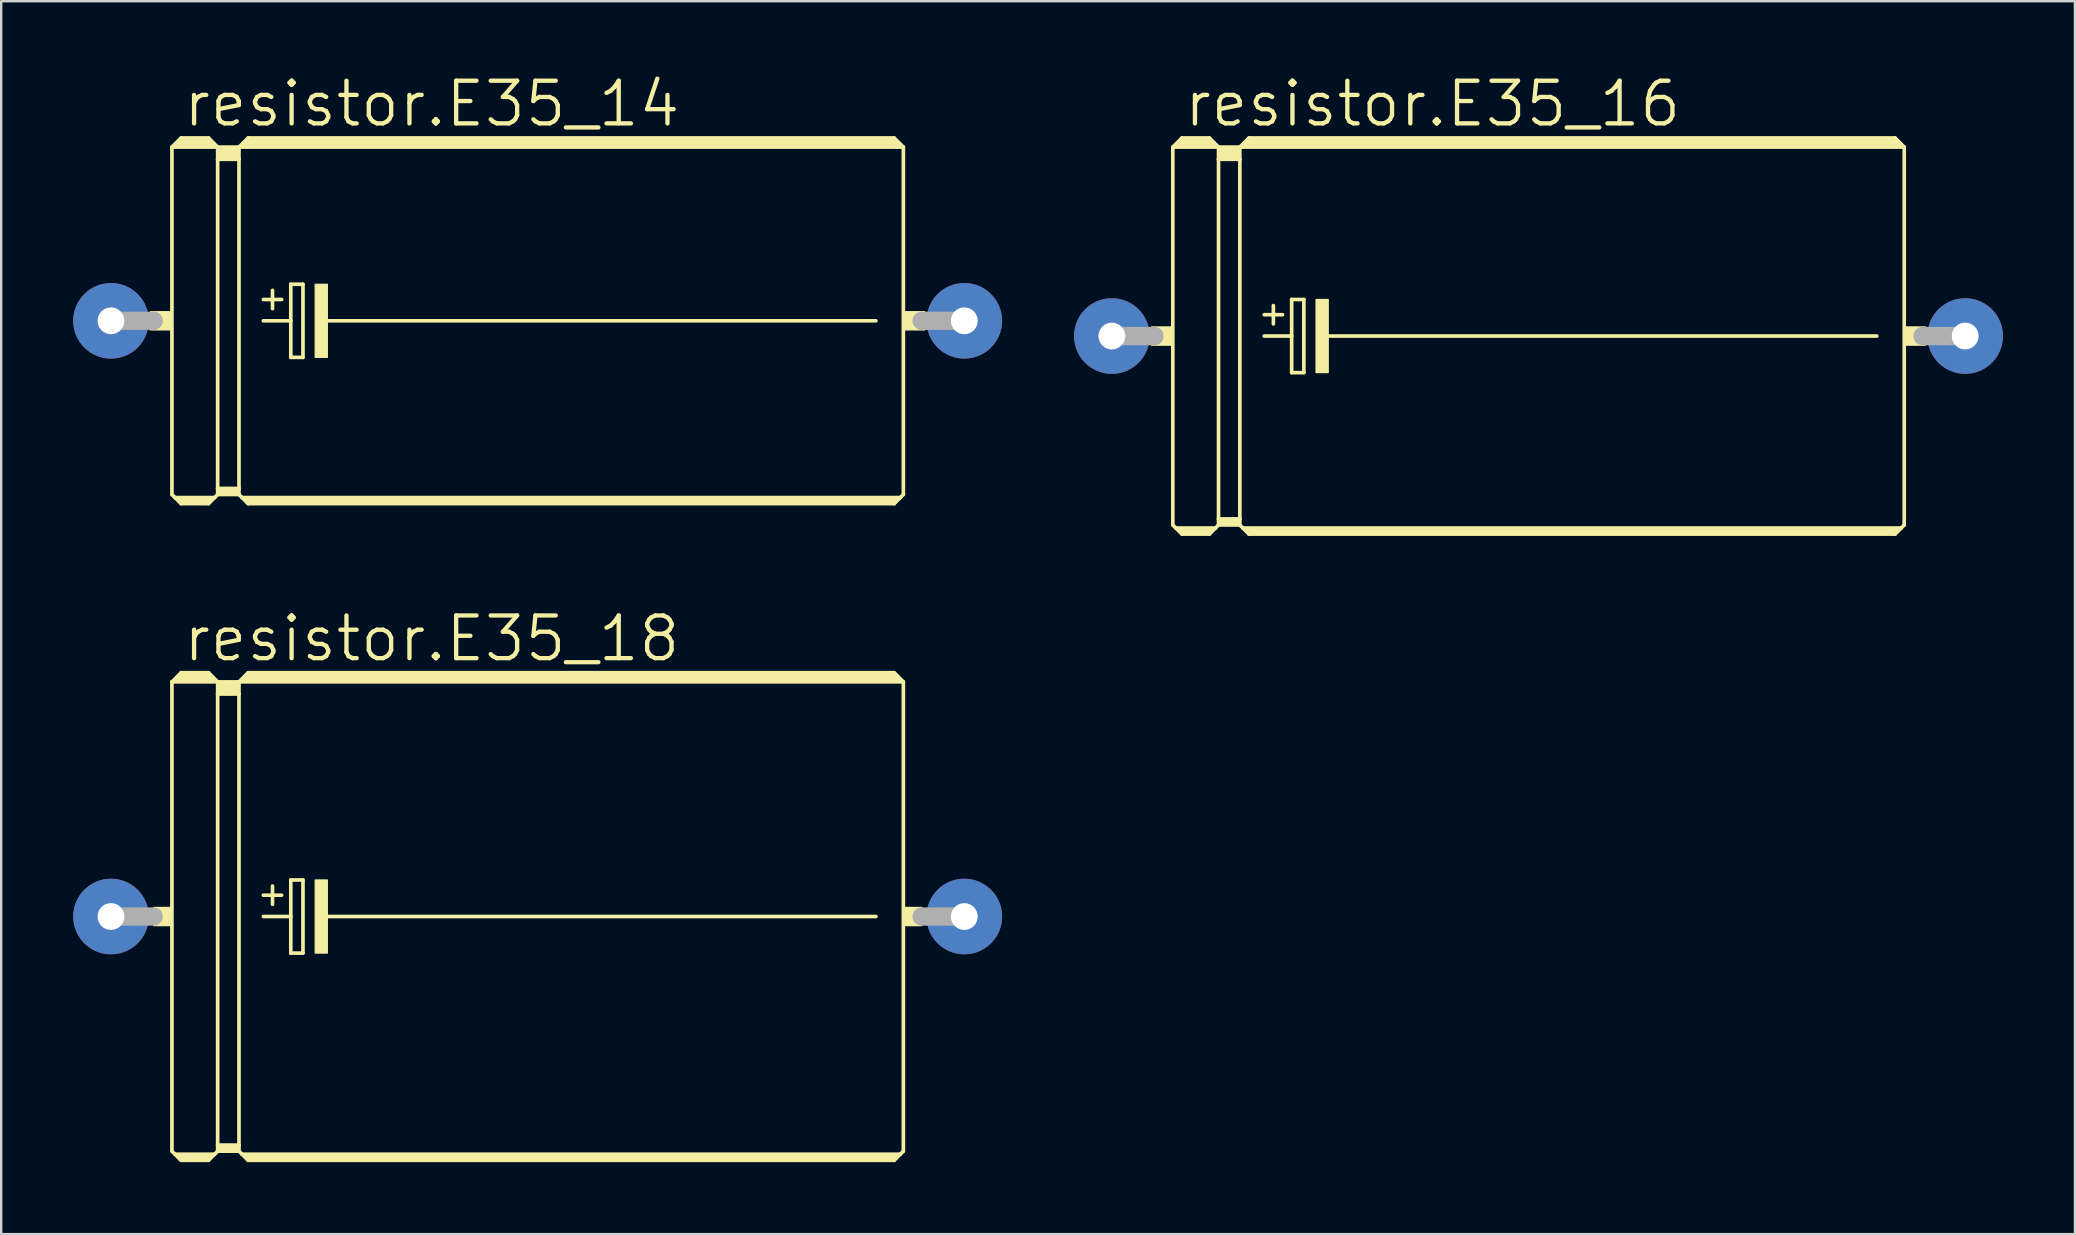
<source format=kicad_pcb>
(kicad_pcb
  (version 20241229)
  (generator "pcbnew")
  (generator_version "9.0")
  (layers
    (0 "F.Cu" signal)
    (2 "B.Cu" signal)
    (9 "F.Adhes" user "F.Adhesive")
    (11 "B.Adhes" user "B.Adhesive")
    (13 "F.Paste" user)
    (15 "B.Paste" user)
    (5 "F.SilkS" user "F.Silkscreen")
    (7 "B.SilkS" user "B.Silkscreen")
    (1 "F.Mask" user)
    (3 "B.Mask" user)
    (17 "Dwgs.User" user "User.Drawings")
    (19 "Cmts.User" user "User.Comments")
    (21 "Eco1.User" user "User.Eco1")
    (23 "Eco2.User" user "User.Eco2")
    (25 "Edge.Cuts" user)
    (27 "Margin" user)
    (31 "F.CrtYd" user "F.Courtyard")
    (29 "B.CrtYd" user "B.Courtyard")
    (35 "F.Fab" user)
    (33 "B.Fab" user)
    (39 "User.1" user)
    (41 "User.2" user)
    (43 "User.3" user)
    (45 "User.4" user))
  (footprint "resistor.E35_16"
    (layer "F.Cu")
    (at 61.064 10.954)
    (property "Reference" "resistor.E35_16" (at -14.859 -8.636 0) (layer "F.SilkS") (effects (font (size 1.778 1.778) (thickness 0.18)) (justify left bottom)))
    (attr through_hole)
    (fp_line (start -15.24 -7.874) (end -15.24 7.874) (stroke (width 0.152) (type default)) (layer "F.SilkS"))
    (fp_line (start -15.24 -7.874) (end -14.859 -8.255) (stroke (width 0.152) (type default)) (layer "F.SilkS"))
    (fp_line (start -15.24 -7.874) (end -13.335 -7.874) (stroke (width 0.152) (type default)) (layer "F.SilkS"))
    (fp_line (start -15.24 7.874) (end -15.113 8.001) (stroke (width 0.152) (type default)) (layer "F.SilkS"))
    (fp_line (start -15.113 8.001) (end -14.859 8.255) (stroke (width 0.152) (type default)) (layer "F.SilkS"))
    (fp_line (start -15.113 8.001) (end -13.462 8.001) (stroke (width 0.152) (type default)) (layer "F.SilkS"))
    (fp_line (start -14.986 -8.001) (end -13.589 -8.001) (stroke (width 0.305) (type default)) (layer "F.SilkS"))
    (fp_line (start -14.859 -8.255) (end -13.716 -8.255) (stroke (width 0.152) (type default)) (layer "F.SilkS"))
    (fp_line (start -14.859 -8.128) (end -13.716 -8.128) (stroke (width 0.305) (type default)) (layer "F.SilkS"))
    (fp_line (start -14.859 8.128) (end -13.716 8.128) (stroke (width 0.305) (type default)) (layer "F.SilkS"))
    (fp_line (start -14.859 8.255) (end -13.716 8.255) (stroke (width 0.152) (type default)) (layer "F.SilkS"))
    (fp_line (start -13.462 8.001) (end -13.716 8.255) (stroke (width 0.152) (type default)) (layer "F.SilkS"))
    (fp_line (start -13.335 -7.874) (end -13.716 -8.255) (stroke (width 0.152) (type default)) (layer "F.SilkS"))
    (fp_line (start -13.335 -7.874) (end -13.335 -7.366) (stroke (width 0.152) (type default)) (layer "F.SilkS"))
    (fp_line (start -13.335 -7.874) (end -12.446 -7.874) (stroke (width 0.152) (type default)) (layer "F.SilkS"))
    (fp_line (start -13.335 -7.366) (end -13.335 7.62) (stroke (width 0.152) (type default)) (layer "F.SilkS"))
    (fp_line (start -13.335 -7.366) (end -12.446 -7.366) (stroke (width 0.152) (type default)) (layer "F.SilkS"))
    (fp_line (start -13.335 7.62) (end -13.335 7.874) (stroke (width 0.152) (type default)) (layer "F.SilkS"))
    (fp_line (start -13.335 7.62) (end -12.446 7.62) (stroke (width 0.152) (type default)) (layer "F.SilkS"))
    (fp_line (start -13.335 7.874) (end -13.462 8.001) (stroke (width 0.152) (type default)) (layer "F.SilkS"))
    (fp_line (start -13.335 7.874) (end -12.446 7.874) (stroke (width 0.152) (type default)) (layer "F.SilkS"))
    (fp_line (start -13.208 -7.747) (end -12.573 -7.747) (stroke (width 0.305) (type default)) (layer "F.SilkS"))
    (fp_line (start -13.208 -7.493) (end -12.573 -7.493) (stroke (width 0.305) (type default)) (layer "F.SilkS"))
    (fp_line (start -13.208 7.747) (end -12.573 7.747) (stroke (width 0.305) (type default)) (layer "F.SilkS"))
    (fp_line (start -12.446 -7.874) (end -12.446 -7.366) (stroke (width 0.152) (type default)) (layer "F.SilkS"))
    (fp_line (start -12.446 -7.874) (end -12.065 -8.255) (stroke (width 0.152) (type default)) (layer "F.SilkS"))
    (fp_line (start -12.446 -7.874) (end 15.24 -7.874) (stroke (width 0.152) (type default)) (layer "F.SilkS"))
    (fp_line (start -12.446 -7.366) (end -12.446 7.62) (stroke (width 0.152) (type default)) (layer "F.SilkS"))
    (fp_line (start -12.446 7.62) (end -12.446 7.874) (stroke (width 0.152) (type default)) (layer "F.SilkS"))
    (fp_line (start -12.319 8.001) (end -12.446 7.874) (stroke (width 0.152) (type default)) (layer "F.SilkS"))
    (fp_line (start -12.319 8.001) (end 15.113 8.001) (stroke (width 0.152) (type default)) (layer "F.SilkS"))
    (fp_line (start -12.192 -8.001) (end 14.986 -8.001) (stroke (width 0.305) (type default)) (layer "F.SilkS"))
    (fp_line (start -12.065 -8.128) (end 14.859 -8.128) (stroke (width 0.305) (type default)) (layer "F.SilkS"))
    (fp_line (start -12.065 8.128) (end 14.859 8.128) (stroke (width 0.305) (type default)) (layer "F.SilkS"))
    (fp_line (start -12.065 8.255) (end -12.319 8.001) (stroke (width 0.152) (type default)) (layer "F.SilkS"))
    (fp_line (start -11.43 -0.889) (end -10.668 -0.889) (stroke (width 0.152) (type default)) (layer "F.SilkS"))
    (fp_line (start -11.43 0) (end -10.287 0) (stroke (width 0.152) (type default)) (layer "F.SilkS"))
    (fp_line (start -11.049 -1.27) (end -11.049 -0.508) (stroke (width 0.152) (type default)) (layer "F.SilkS"))
    (fp_line (start -10.287 -1.524) (end -10.287 0) (stroke (width 0.152) (type default)) (layer "F.SilkS"))
    (fp_line (start -10.287 0) (end -10.287 1.524) (stroke (width 0.152) (type default)) (layer "F.SilkS"))
    (fp_line (start -10.287 1.524) (end -9.779 1.524) (stroke (width 0.152) (type default)) (layer "F.SilkS"))
    (fp_line (start -9.779 -1.524) (end -10.287 -1.524) (stroke (width 0.152) (type default)) (layer "F.SilkS"))
    (fp_line (start -9.779 1.524) (end -9.779 -1.524) (stroke (width 0.152) (type default)) (layer "F.SilkS"))
    (fp_line (start -8.89 0) (end 14.097 0) (stroke (width 0.152) (type default)) (layer "F.SilkS"))
    (fp_line (start 14.859 -8.255) (end -12.065 -8.255) (stroke (width 0.152) (type default)) (layer "F.SilkS"))
    (fp_line (start 14.859 8.255) (end -12.065 8.255) (stroke (width 0.152) (type default)) (layer "F.SilkS"))
    (fp_line (start 15.113 8.001) (end 14.859 8.255) (stroke (width 0.152) (type default)) (layer "F.SilkS"))
    (fp_line (start 15.24 -7.874) (end 14.859 -8.255) (stroke (width 0.152) (type default)) (layer "F.SilkS"))
    (fp_line (start 15.24 -7.874) (end 15.24 7.874) (stroke (width 0.152) (type default)) (layer "F.SilkS"))
    (fp_line (start 15.24 7.874) (end 15.113 8.001) (stroke (width 0.152) (type default)) (layer "F.SilkS"))
    (fp_rect (start -16.129 0.381) (end -15.24 -0.381) (stroke (width 0.05) (type default)) (fill yes) (layer "F.SilkS"))
    (fp_rect (start -9.271 1.524) (end -8.763 -1.524) (stroke (width 0.05) (type default)) (fill yes) (layer "F.SilkS"))
    (fp_rect (start 15.24 0.381) (end 16.129 -0.381) (stroke (width 0.05) (type default)) (fill yes) (layer "F.SilkS"))
    (fp_line (start -17.78 0) (end -16.002 0) (stroke (width 0.762) (type default)) (layer "F.Fab"))
    (fp_line (start 17.78 0) (end 16.002 0) (stroke (width 0.762) (type default)) (layer "F.Fab"))
    (pad "+" thru_hole circle (at -17.78 0) (size 3.15 3.15) (drill 1.118) (layers "*.Cu" "*.Mask"))
    (pad "-" thru_hole circle (at 17.78 0) (size 3.15 3.15) (drill 1.118) (layers "*.Cu" "*.Mask")))
  (footprint "resistor.E35_18"
    (layer "F.Cu")
    (at 19.355 35.144)
    (property "Reference" "resistor.E35_18" (at -14.859 -10.541 0) (layer "F.SilkS") (effects (font (size 1.778 1.778) (thickness 0.18)) (justify left bottom)))
    (attr through_hole)
    (fp_line (start -15.24 -9.779) (end -15.24 9.779) (stroke (width 0.152) (type default)) (layer "F.SilkS"))
    (fp_line (start -15.24 -9.779) (end -14.859 -10.16) (stroke (width 0.152) (type default)) (layer "F.SilkS"))
    (fp_line (start -15.24 -9.779) (end -13.335 -9.779) (stroke (width 0.152) (type default)) (layer "F.SilkS"))
    (fp_line (start -15.24 9.779) (end -15.113 9.906) (stroke (width 0.152) (type default)) (layer "F.SilkS"))
    (fp_line (start -15.113 9.906) (end -14.859 10.16) (stroke (width 0.152) (type default)) (layer "F.SilkS"))
    (fp_line (start -15.113 9.906) (end -13.462 9.906) (stroke (width 0.152) (type default)) (layer "F.SilkS"))
    (fp_line (start -14.986 -9.906) (end -13.589 -9.906) (stroke (width 0.305) (type default)) (layer "F.SilkS"))
    (fp_line (start -14.859 -10.16) (end -13.716 -10.16) (stroke (width 0.152) (type default)) (layer "F.SilkS"))
    (fp_line (start -14.859 -10.033) (end -13.716 -10.033) (stroke (width 0.305) (type default)) (layer "F.SilkS"))
    (fp_line (start -14.859 10.033) (end -13.716 10.033) (stroke (width 0.305) (type default)) (layer "F.SilkS"))
    (fp_line (start -14.859 10.16) (end -13.716 10.16) (stroke (width 0.152) (type default)) (layer "F.SilkS"))
    (fp_line (start -13.462 9.906) (end -13.716 10.16) (stroke (width 0.152) (type default)) (layer "F.SilkS"))
    (fp_line (start -13.335 -9.779) (end -13.716 -10.16) (stroke (width 0.152) (type default)) (layer "F.SilkS"))
    (fp_line (start -13.335 -9.779) (end -13.335 -9.271) (stroke (width 0.152) (type default)) (layer "F.SilkS"))
    (fp_line (start -13.335 -9.779) (end -12.446 -9.779) (stroke (width 0.152) (type default)) (layer "F.SilkS"))
    (fp_line (start -13.335 -9.271) (end -13.335 9.525) (stroke (width 0.152) (type default)) (layer "F.SilkS"))
    (fp_line (start -13.335 -9.271) (end -12.446 -9.271) (stroke (width 0.152) (type default)) (layer "F.SilkS"))
    (fp_line (start -13.335 9.525) (end -13.335 9.779) (stroke (width 0.152) (type default)) (layer "F.SilkS"))
    (fp_line (start -13.335 9.525) (end -12.446 9.525) (stroke (width 0.152) (type default)) (layer "F.SilkS"))
    (fp_line (start -13.335 9.779) (end -13.462 9.906) (stroke (width 0.152) (type default)) (layer "F.SilkS"))
    (fp_line (start -13.335 9.779) (end -12.446 9.779) (stroke (width 0.152) (type default)) (layer "F.SilkS"))
    (fp_line (start -13.208 -9.652) (end -12.573 -9.652) (stroke (width 0.305) (type default)) (layer "F.SilkS"))
    (fp_line (start -13.208 -9.398) (end -12.573 -9.398) (stroke (width 0.305) (type default)) (layer "F.SilkS"))
    (fp_line (start -13.208 9.652) (end -12.573 9.652) (stroke (width 0.305) (type default)) (layer "F.SilkS"))
    (fp_line (start -12.446 -9.779) (end -12.446 -9.271) (stroke (width 0.152) (type default)) (layer "F.SilkS"))
    (fp_line (start -12.446 -9.779) (end -12.065 -10.16) (stroke (width 0.152) (type default)) (layer "F.SilkS"))
    (fp_line (start -12.446 -9.779) (end 15.24 -9.779) (stroke (width 0.152) (type default)) (layer "F.SilkS"))
    (fp_line (start -12.446 -9.271) (end -12.446 9.525) (stroke (width 0.152) (type default)) (layer "F.SilkS"))
    (fp_line (start -12.446 9.525) (end -12.446 9.779) (stroke (width 0.152) (type default)) (layer "F.SilkS"))
    (fp_line (start -12.319 9.906) (end -12.446 9.779) (stroke (width 0.152) (type default)) (layer "F.SilkS"))
    (fp_line (start -12.319 9.906) (end 15.113 9.906) (stroke (width 0.152) (type default)) (layer "F.SilkS"))
    (fp_line (start -12.192 -9.906) (end 14.986 -9.906) (stroke (width 0.305) (type default)) (layer "F.SilkS"))
    (fp_line (start -12.065 -10.033) (end 14.859 -10.033) (stroke (width 0.305) (type default)) (layer "F.SilkS"))
    (fp_line (start -12.065 10.033) (end 14.859 10.033) (stroke (width 0.305) (type default)) (layer "F.SilkS"))
    (fp_line (start -12.065 10.16) (end -12.319 9.906) (stroke (width 0.152) (type default)) (layer "F.SilkS"))
    (fp_line (start -11.43 -0.889) (end -10.668 -0.889) (stroke (width 0.152) (type default)) (layer "F.SilkS"))
    (fp_line (start -11.43 0) (end -10.287 0) (stroke (width 0.152) (type default)) (layer "F.SilkS"))
    (fp_line (start -11.049 -1.27) (end -11.049 -0.508) (stroke (width 0.152) (type default)) (layer "F.SilkS"))
    (fp_line (start -10.287 -1.524) (end -10.287 0) (stroke (width 0.152) (type default)) (layer "F.SilkS"))
    (fp_line (start -10.287 0) (end -10.287 1.524) (stroke (width 0.152) (type default)) (layer "F.SilkS"))
    (fp_line (start -10.287 1.524) (end -9.779 1.524) (stroke (width 0.152) (type default)) (layer "F.SilkS"))
    (fp_line (start -9.779 -1.524) (end -10.287 -1.524) (stroke (width 0.152) (type default)) (layer "F.SilkS"))
    (fp_line (start -9.779 1.524) (end -9.779 -1.524) (stroke (width 0.152) (type default)) (layer "F.SilkS"))
    (fp_line (start -8.89 0) (end 14.097 0) (stroke (width 0.152) (type default)) (layer "F.SilkS"))
    (fp_line (start 14.859 -10.16) (end -12.065 -10.16) (stroke (width 0.152) (type default)) (layer "F.SilkS"))
    (fp_line (start 14.859 10.16) (end -12.065 10.16) (stroke (width 0.152) (type default)) (layer "F.SilkS"))
    (fp_line (start 15.113 9.906) (end 14.859 10.16) (stroke (width 0.152) (type default)) (layer "F.SilkS"))
    (fp_line (start 15.24 -9.779) (end 14.859 -10.16) (stroke (width 0.152) (type default)) (layer "F.SilkS"))
    (fp_line (start 15.24 -9.779) (end 15.24 9.779) (stroke (width 0.152) (type default)) (layer "F.SilkS"))
    (fp_line (start 15.24 9.779) (end 15.113 9.906) (stroke (width 0.152) (type default)) (layer "F.SilkS"))
    (fp_rect (start -16.002 0.381) (end -15.24 -0.381) (stroke (width 0.05) (type default)) (fill yes) (layer "F.SilkS"))
    (fp_rect (start -9.271 1.524) (end -8.763 -1.524) (stroke (width 0.05) (type default)) (fill yes) (layer "F.SilkS"))
    (fp_rect (start 15.24 0.381) (end 16.002 -0.381) (stroke (width 0.05) (type default)) (fill yes) (layer "F.SilkS"))
    (fp_line (start -17.78 0) (end -16.002 0) (stroke (width 0.762) (type default)) (layer "F.Fab"))
    (fp_line (start 17.78 0) (end 16.002 0) (stroke (width 0.762) (type default)) (layer "F.Fab"))
    (pad "+" thru_hole circle (at -17.78 0) (size 3.15 3.15) (drill 1.118) (layers "*.Cu" "*.Mask"))
    (pad "-" thru_hole circle (at 17.78 0) (size 3.15 3.15) (drill 1.118) (layers "*.Cu" "*.Mask")))
  (footprint "resistor.E35_14"
    (layer "F.Cu")
    (at 19.355 10.319)
    (property "Reference" "resistor.E35_14" (at -14.859 -8.001 0) (layer "F.SilkS") (effects (font (size 1.778 1.778) (thickness 0.18)) (justify left bottom)))
    (attr through_hole)
    (fp_line (start -15.24 -7.239) (end -15.24 7.239) (stroke (width 0.152) (type default)) (layer "F.SilkS"))
    (fp_line (start -15.24 -7.239) (end -14.859 -7.62) (stroke (width 0.152) (type default)) (layer "F.SilkS"))
    (fp_line (start -15.24 -7.239) (end -13.335 -7.239) (stroke (width 0.152) (type default)) (layer "F.SilkS"))
    (fp_line (start -15.24 7.239) (end -15.113 7.366) (stroke (width 0.152) (type default)) (layer "F.SilkS"))
    (fp_line (start -15.113 7.366) (end -14.859 7.62) (stroke (width 0.152) (type default)) (layer "F.SilkS"))
    (fp_line (start -15.113 7.366) (end -13.462 7.366) (stroke (width 0.152) (type default)) (layer "F.SilkS"))
    (fp_line (start -14.986 -7.366) (end -13.589 -7.366) (stroke (width 0.305) (type default)) (layer "F.SilkS"))
    (fp_line (start -14.859 -7.62) (end -13.716 -7.62) (stroke (width 0.152) (type default)) (layer "F.SilkS"))
    (fp_line (start -14.859 -7.493) (end -13.716 -7.493) (stroke (width 0.305) (type default)) (layer "F.SilkS"))
    (fp_line (start -14.859 7.493) (end -13.716 7.493) (stroke (width 0.305) (type default)) (layer "F.SilkS"))
    (fp_line (start -14.859 7.62) (end -13.716 7.62) (stroke (width 0.152) (type default)) (layer "F.SilkS"))
    (fp_line (start -13.462 7.366) (end -13.716 7.62) (stroke (width 0.152) (type default)) (layer "F.SilkS"))
    (fp_line (start -13.335 -7.239) (end -13.716 -7.62) (stroke (width 0.152) (type default)) (layer "F.SilkS"))
    (fp_line (start -13.335 -7.239) (end -13.335 -6.731) (stroke (width 0.152) (type default)) (layer "F.SilkS"))
    (fp_line (start -13.335 -7.239) (end -12.446 -7.239) (stroke (width 0.152) (type default)) (layer "F.SilkS"))
    (fp_line (start -13.335 -6.731) (end -13.335 6.985) (stroke (width 0.152) (type default)) (layer "F.SilkS"))
    (fp_line (start -13.335 -6.731) (end -12.446 -6.731) (stroke (width 0.152) (type default)) (layer "F.SilkS"))
    (fp_line (start -13.335 6.985) (end -13.335 7.239) (stroke (width 0.152) (type default)) (layer "F.SilkS"))
    (fp_line (start -13.335 6.985) (end -12.446 6.985) (stroke (width 0.152) (type default)) (layer "F.SilkS"))
    (fp_line (start -13.335 7.239) (end -13.462 7.366) (stroke (width 0.152) (type default)) (layer "F.SilkS"))
    (fp_line (start -13.335 7.239) (end -12.446 7.239) (stroke (width 0.152) (type default)) (layer "F.SilkS"))
    (fp_line (start -13.208 -7.112) (end -12.573 -7.112) (stroke (width 0.305) (type default)) (layer "F.SilkS"))
    (fp_line (start -13.208 -6.858) (end -12.573 -6.858) (stroke (width 0.305) (type default)) (layer "F.SilkS"))
    (fp_line (start -13.208 7.112) (end -12.573 7.112) (stroke (width 0.305) (type default)) (layer "F.SilkS"))
    (fp_line (start -12.446 -7.239) (end -12.446 -6.731) (stroke (width 0.152) (type default)) (layer "F.SilkS"))
    (fp_line (start -12.446 -7.239) (end -12.065 -7.62) (stroke (width 0.152) (type default)) (layer "F.SilkS"))
    (fp_line (start -12.446 -7.239) (end 15.24 -7.239) (stroke (width 0.152) (type default)) (layer "F.SilkS"))
    (fp_line (start -12.446 -6.731) (end -12.446 6.985) (stroke (width 0.152) (type default)) (layer "F.SilkS"))
    (fp_line (start -12.446 6.985) (end -12.446 7.239) (stroke (width 0.152) (type default)) (layer "F.SilkS"))
    (fp_line (start -12.319 7.366) (end -12.446 7.239) (stroke (width 0.152) (type default)) (layer "F.SilkS"))
    (fp_line (start -12.319 7.366) (end 15.113 7.366) (stroke (width 0.152) (type default)) (layer "F.SilkS"))
    (fp_line (start -12.192 -7.366) (end 14.986 -7.366) (stroke (width 0.305) (type default)) (layer "F.SilkS"))
    (fp_line (start -12.065 -7.493) (end 14.859 -7.493) (stroke (width 0.305) (type default)) (layer "F.SilkS"))
    (fp_line (start -12.065 7.493) (end 14.859 7.493) (stroke (width 0.305) (type default)) (layer "F.SilkS"))
    (fp_line (start -12.065 7.62) (end -12.319 7.366) (stroke (width 0.152) (type default)) (layer "F.SilkS"))
    (fp_line (start -11.43 -0.889) (end -10.668 -0.889) (stroke (width 0.152) (type default)) (layer "F.SilkS"))
    (fp_line (start -11.43 0) (end -10.287 0) (stroke (width 0.152) (type default)) (layer "F.SilkS"))
    (fp_line (start -11.049 -1.27) (end -11.049 -0.508) (stroke (width 0.152) (type default)) (layer "F.SilkS"))
    (fp_line (start -10.287 -1.524) (end -10.287 0) (stroke (width 0.152) (type default)) (layer "F.SilkS"))
    (fp_line (start -10.287 0) (end -10.287 1.524) (stroke (width 0.152) (type default)) (layer "F.SilkS"))
    (fp_line (start -10.287 1.524) (end -9.779 1.524) (stroke (width 0.152) (type default)) (layer "F.SilkS"))
    (fp_line (start -9.779 -1.524) (end -10.287 -1.524) (stroke (width 0.152) (type default)) (layer "F.SilkS"))
    (fp_line (start -9.779 1.524) (end -9.779 -1.524) (stroke (width 0.152) (type default)) (layer "F.SilkS"))
    (fp_line (start -8.89 0) (end 14.097 0) (stroke (width 0.152) (type default)) (layer "F.SilkS"))
    (fp_line (start 14.859 -7.62) (end -12.065 -7.62) (stroke (width 0.152) (type default)) (layer "F.SilkS"))
    (fp_line (start 14.859 7.62) (end -12.065 7.62) (stroke (width 0.152) (type default)) (layer "F.SilkS"))
    (fp_line (start 15.113 7.366) (end 14.859 7.62) (stroke (width 0.152) (type default)) (layer "F.SilkS"))
    (fp_line (start 15.24 -7.239) (end 14.859 -7.62) (stroke (width 0.152) (type default)) (layer "F.SilkS"))
    (fp_line (start 15.24 -7.239) (end 15.24 7.239) (stroke (width 0.152) (type default)) (layer "F.SilkS"))
    (fp_line (start 15.24 7.239) (end 15.113 7.366) (stroke (width 0.152) (type default)) (layer "F.SilkS"))
    (fp_rect (start -16.129 0.381) (end -15.24 -0.381) (stroke (width 0.05) (type default)) (fill yes) (layer "F.SilkS"))
    (fp_rect (start -9.271 1.524) (end -8.763 -1.524) (stroke (width 0.05) (type default)) (fill yes) (layer "F.SilkS"))
    (fp_rect (start 15.24 0.381) (end 16.129 -0.381) (stroke (width 0.05) (type default)) (fill yes) (layer "F.SilkS"))
    (fp_line (start -17.78 0) (end -16.002 0) (stroke (width 0.762) (type default)) (layer "F.Fab"))
    (fp_line (start 17.78 0) (end 16.002 0) (stroke (width 0.762) (type default)) (layer "F.Fab"))
    (pad "+" thru_hole circle (at -17.78 0) (size 3.15 3.15) (drill 1.118) (layers "*.Cu" "*.Mask"))
    (pad "-" thru_hole circle (at 17.78 0) (size 3.15 3.15) (drill 1.118) (layers "*.Cu" "*.Mask")))
  (gr_rect
    (start -3 -3)
    (end 83.419 48.38)
    (stroke (width 0.1) (type default))
    (fill no)
    (layer "Edge.Cuts")))
</source>
